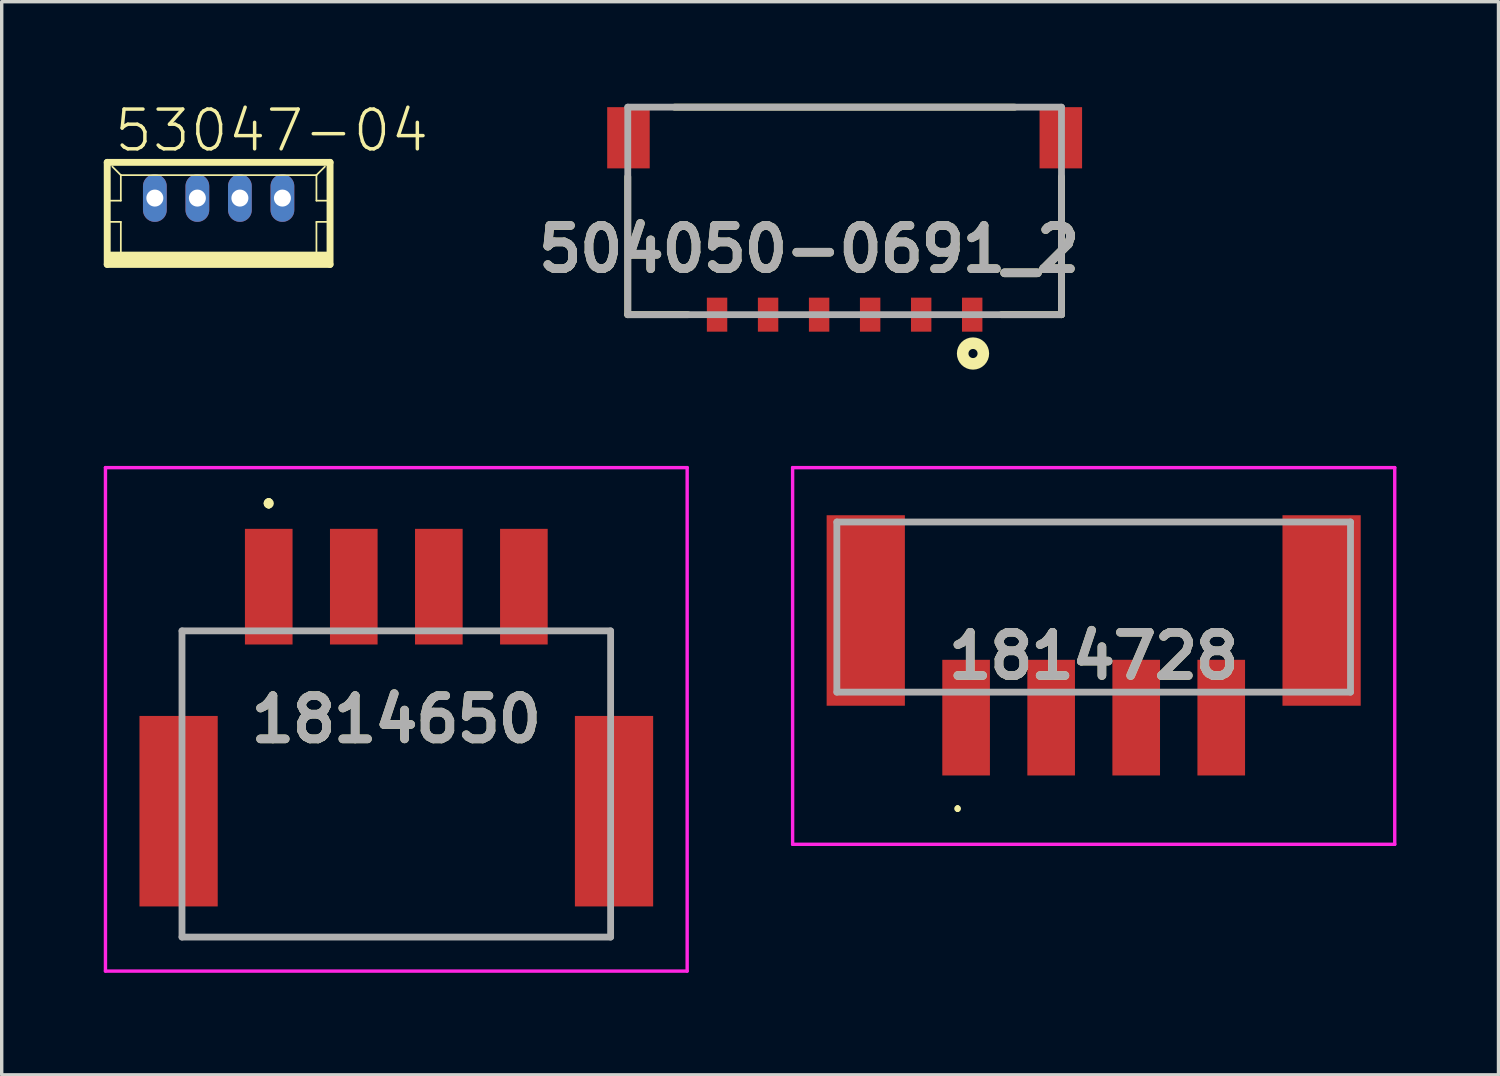
<source format=kicad_pcb>
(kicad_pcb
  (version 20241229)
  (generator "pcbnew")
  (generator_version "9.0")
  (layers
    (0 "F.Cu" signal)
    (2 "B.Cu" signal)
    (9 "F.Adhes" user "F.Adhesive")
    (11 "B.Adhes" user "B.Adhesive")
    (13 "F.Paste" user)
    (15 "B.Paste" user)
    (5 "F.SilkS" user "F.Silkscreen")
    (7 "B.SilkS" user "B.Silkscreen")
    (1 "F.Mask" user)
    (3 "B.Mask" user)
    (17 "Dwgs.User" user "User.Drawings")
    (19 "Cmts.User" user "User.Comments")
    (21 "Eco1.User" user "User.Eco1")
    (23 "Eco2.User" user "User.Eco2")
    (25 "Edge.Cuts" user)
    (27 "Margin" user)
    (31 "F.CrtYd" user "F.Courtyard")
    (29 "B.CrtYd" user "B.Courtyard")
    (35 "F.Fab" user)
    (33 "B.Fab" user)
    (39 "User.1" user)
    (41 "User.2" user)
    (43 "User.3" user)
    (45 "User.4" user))
  (footprint "1814650"
    (layer "F.Cu")
    (at 8.6 19.996)
    (property "Reference" "1814650" (at 0 -1.9 0) (layer "F.SilkS") (effects (font (size 1.27 1.27) (thickness 0.254))))
    (attr smd)
    (fp_line (start -6.3 -4.5) (end -6.3 -4.5) (stroke (width 0.1) (type solid)) (layer "F.SilkS"))
    (fp_line (start -6.3 -4.5) (end -6.3 -4.5) (stroke (width 0.1) (type solid)) (layer "F.SilkS"))
    (fp_line (start -6.3 -4.5) (end -6.3 -2.5) (stroke (width 0.1) (type solid)) (layer "F.SilkS"))
    (fp_line (start -6.3 -4.5) (end -5 -4.5) (stroke (width 0.1) (type solid)) (layer "F.SilkS"))
    (fp_line (start -6.3 -2.5) (end -6.3 -4.5) (stroke (width 0.1) (type solid)) (layer "F.SilkS"))
    (fp_line (start -6.3 -2.5) (end -6.3 -2.5) (stroke (width 0.1) (type solid)) (layer "F.SilkS"))
    (fp_line (start -6.3 4.25) (end -6.3 4.25) (stroke (width 0.1) (type solid)) (layer "F.SilkS"))
    (fp_line (start -6.3 4.25) (end -6.3 4.5) (stroke (width 0.1) (type solid)) (layer "F.SilkS"))
    (fp_line (start -6.3 4.5) (end -6.3 4.25) (stroke (width 0.1) (type solid)) (layer "F.SilkS"))
    (fp_line (start -6.3 4.5) (end -6.3 4.5) (stroke (width 0.1) (type solid)) (layer "F.SilkS"))
    (fp_line (start -6.3 4.5) (end -6.3 4.5) (stroke (width 0.1) (type solid)) (layer "F.SilkS"))
    (fp_line (start -6.3 4.5) (end 6.3 4.5) (stroke (width 0.1) (type solid)) (layer "F.SilkS"))
    (fp_line (start -5 -4.5) (end -6.3 -4.5) (stroke (width 0.1) (type solid)) (layer "F.SilkS"))
    (fp_line (start -5 -4.5) (end -5 -4.5) (stroke (width 0.1) (type solid)) (layer "F.SilkS"))
    (fp_line (start -3.75 -8.3) (end -3.75 -8.3) (stroke (width 0.2) (type solid)) (layer "F.SilkS"))
    (fp_line (start -3.75 -8.3) (end -3.75 -8.3) (stroke (width 0.2) (type solid)) (layer "F.SilkS"))
    (fp_line (start -3.75 -8.2) (end -3.75 -8.2) (stroke (width 0.2) (type solid)) (layer "F.SilkS"))
    (fp_line (start 5 -4.5) (end 5 -4.5) (stroke (width 0.1) (type solid)) (layer "F.SilkS"))
    (fp_line (start 5 -4.5) (end 6.3 -4.5) (stroke (width 0.1) (type solid)) (layer "F.SilkS"))
    (fp_line (start 6.3 -4.5) (end 5 -4.5) (stroke (width 0.1) (type solid)) (layer "F.SilkS"))
    (fp_line (start 6.3 -4.5) (end 6.3 -4.5) (stroke (width 0.1) (type solid)) (layer "F.SilkS"))
    (fp_line (start 6.3 -4.5) (end 6.3 -4.5) (stroke (width 0.1) (type solid)) (layer "F.SilkS"))
    (fp_line (start 6.3 -4.5) (end 6.3 -2.5) (stroke (width 0.1) (type solid)) (layer "F.SilkS"))
    (fp_line (start 6.3 -2.5) (end 6.3 -4.5) (stroke (width 0.1) (type solid)) (layer "F.SilkS"))
    (fp_line (start 6.3 -2.5) (end 6.3 -2.5) (stroke (width 0.1) (type solid)) (layer "F.SilkS"))
    (fp_line (start 6.3 4.25) (end 6.3 4.25) (stroke (width 0.1) (type solid)) (layer "F.SilkS"))
    (fp_line (start 6.3 4.25) (end 6.3 4.5) (stroke (width 0.1) (type solid)) (layer "F.SilkS"))
    (fp_line (start 6.3 4.5) (end -6.3 4.5) (stroke (width 0.1) (type solid)) (layer "F.SilkS"))
    (fp_line (start 6.3 4.5) (end 6.3 4.25) (stroke (width 0.1) (type solid)) (layer "F.SilkS"))
    (fp_line (start 6.3 4.5) (end 6.3 4.5) (stroke (width 0.1) (type solid)) (layer "F.SilkS"))
    (fp_line (start 6.3 4.5) (end 6.3 4.5) (stroke (width 0.1) (type solid)) (layer "F.SilkS"))
    (fp_arc (start -3.75 -8.3) (mid -3.7 -8.25) (end -3.75 -8.2) (stroke (width 0.2) (type solid)) (layer "F.SilkS"))
    (fp_arc (start -3.75 -8.2) (mid -3.8 -8.25) (end -3.75 -8.3) (stroke (width 0.2) (type solid)) (layer "F.SilkS"))
    (fp_arc (start -3.75 -8.2) (mid -3.8 -8.25) (end -3.75 -8.3) (stroke (width 0.2) (type solid)) (layer "F.SilkS"))
    (fp_line (start -8.55 -9.3) (end 8.55 -9.3) (stroke (width 0.1) (type solid)) (layer "F.CrtYd"))
    (fp_line (start -8.55 5.5) (end -8.55 -9.3) (stroke (width 0.1) (type solid)) (layer "F.CrtYd"))
    (fp_line (start 8.55 -9.3) (end 8.55 5.5) (stroke (width 0.1) (type solid)) (layer "F.CrtYd"))
    (fp_line (start 8.55 5.5) (end -8.55 5.5) (stroke (width 0.1) (type solid)) (layer "F.CrtYd"))
    (fp_line (start -6.3 -4.5) (end -6.3 4.5) (stroke (width 0.2) (type solid)) (layer "F.Fab"))
    (fp_line (start -6.3 4.5) (end 6.3 4.5) (stroke (width 0.2) (type solid)) (layer "F.Fab"))
    (fp_line (start 6.3 -4.5) (end -6.3 -4.5) (stroke (width 0.2) (type solid)) (layer "F.Fab"))
    (fp_line (start 6.3 4.5) (end 6.3 -4.5) (stroke (width 0.2) (type solid)) (layer "F.Fab"))
    (fp_text user "${REFERENCE}" (at 0 -1.9 0) (layer "F.Fab") (effects (font (size 1.27 1.27) (thickness 0.254))))
    (pad "1" smd rect (at -3.75 -5.8) (size 1.4 3.4) (layers "F.Cu" "F.Mask" "F.Paste"))
    (pad "2" smd rect (at -1.25 -5.8) (size 1.4 3.4) (layers "F.Cu" "F.Mask" "F.Paste"))
    (pad "3" smd rect (at 1.25 -5.8) (size 1.4 3.4) (layers "F.Cu" "F.Mask" "F.Paste"))
    (pad "4" smd rect (at 3.75 -5.8) (size 1.4 3.4) (layers "F.Cu" "F.Mask" "F.Paste"))
    (pad "MP1" smd rect (at -6.4 0.8) (size 2.3 5.6) (layers "F.Cu" "F.Mask" "F.Paste"))
    (pad "MP2" smd rect (at 6.4 0.8) (size 2.3 5.6) (layers "F.Cu" "F.Mask" "F.Paste")))
  (footprint "1814728"
    (layer "F.Cu")
    (at 29.1 16.233)
    (property "Reference" "1814728" (at 0 0 0) (layer "F.SilkS") (effects (font (size 1.27 1.27) (thickness 0.254))))
    (attr smd)
    (fp_line (start -5 -3.938) (end 5 -3.938) (stroke (width 0.1) (type solid)) (layer "F.SilkS"))
    (fp_line (start -4 4.438) (end -4 4.438) (stroke (width 0.1) (type solid)) (layer "F.SilkS"))
    (fp_line (start -4 4.537) (end -4 4.537) (stroke (width 0.1) (type solid)) (layer "F.SilkS"))
    (fp_arc (start -4 4.438) (mid -3.9505 4.4875) (end -4 4.537) (stroke (width 0.1) (type solid)) (layer "F.SilkS"))
    (fp_arc (start -4 4.537) (mid -4.0495 4.4875) (end -4 4.438) (stroke (width 0.1) (type solid)) (layer "F.SilkS"))
    (fp_line (start -8.85 -5.537) (end 8.85 -5.537) (stroke (width 0.1) (type solid)) (layer "F.CrtYd"))
    (fp_line (start -8.85 5.537) (end -8.85 -5.537) (stroke (width 0.1) (type solid)) (layer "F.CrtYd"))
    (fp_line (start 8.85 -5.537) (end 8.85 5.537) (stroke (width 0.1) (type solid)) (layer "F.CrtYd"))
    (fp_line (start 8.85 5.537) (end -8.85 5.537) (stroke (width 0.1) (type solid)) (layer "F.CrtYd"))
    (fp_line (start -7.55 -3.938) (end 7.55 -3.938) (stroke (width 0.2) (type solid)) (layer "F.Fab"))
    (fp_line (start -7.55 1.063) (end -7.55 -3.938) (stroke (width 0.2) (type solid)) (layer "F.Fab"))
    (fp_line (start 7.55 -3.938) (end 7.55 1.063) (stroke (width 0.2) (type solid)) (layer "F.Fab"))
    (fp_line (start 7.55 1.063) (end -7.55 1.063) (stroke (width 0.2) (type solid)) (layer "F.Fab"))
    (fp_text user "${REFERENCE}" (at 0 0 0) (layer "F.Fab") (effects (font (size 1.27 1.27) (thickness 0.254))))
    (pad "1" smd rect (at -3.75 1.813) (size 1.4 3.4) (layers "F.Cu" "F.Mask" "F.Paste"))
    (pad "2" smd rect (at -1.25 1.813) (size 1.4 3.4) (layers "F.Cu" "F.Mask" "F.Paste"))
    (pad "3" smd rect (at 1.25 1.813) (size 1.4 3.4) (layers "F.Cu" "F.Mask" "F.Paste"))
    (pad "4" smd rect (at 3.75 1.813) (size 1.4 3.4) (layers "F.Cu" "F.Mask" "F.Paste"))
    (pad "MP1" smd rect (at -6.7 -1.337) (size 2.3 5.6) (layers "F.Cu" "F.Mask" "F.Paste"))
    (pad "MP2" smd rect (at 6.7 -1.337) (size 2.3 5.6) (layers "F.Cu" "F.Mask" "F.Paste")))
  (footprint "53047-04"
    (layer "F.Cu")
    (at 3.377 3.223)
    (property "Reference" "53047-04" (at -3.125 -1.75 0) (layer "F.SilkS") (effects (font (size 1.168 1.168) (thickness 0.102)) (justify left bottom)))
    (fp_line (start -3.275 -1.5) (end -3.275 1.5) (stroke (width 0.203) (type solid)) (layer "F.SilkS"))
    (fp_line (start -3.275 1.5) (end 3.275 1.5) (stroke (width 0.203) (type solid)) (layer "F.SilkS"))
    (fp_line (start -3.25 -0.375) (end -2.875 -0.375) (stroke (width 0.051) (type solid)) (layer "F.SilkS"))
    (fp_line (start -3.25 0.25) (end -2.875 0.25) (stroke (width 0.051) (type solid)) (layer "F.SilkS"))
    (fp_line (start -2.875 -1.125) (end -3.125 -1.375) (stroke (width 0.051) (type solid)) (layer "F.SilkS"))
    (fp_line (start -2.875 -1.125) (end 2.875 -1.125) (stroke (width 0.051) (type solid)) (layer "F.SilkS"))
    (fp_line (start -2.875 -0.375) (end -2.875 -1.125) (stroke (width 0.051) (type solid)) (layer "F.SilkS"))
    (fp_line (start -2.875 0.25) (end -2.875 1.25) (stroke (width 0.051) (type solid)) (layer "F.SilkS"))
    (fp_line (start 2.875 -1.125) (end 2.875 -0.375) (stroke (width 0.051) (type solid)) (layer "F.SilkS"))
    (fp_line (start 2.875 -1.125) (end 3.125 -1.375) (stroke (width 0.051) (type solid)) (layer "F.SilkS"))
    (fp_line (start 2.875 -0.375) (end 3.25 -0.375) (stroke (width 0.051) (type solid)) (layer "F.SilkS"))
    (fp_line (start 2.875 0.25) (end 2.875 1.25) (stroke (width 0.051) (type solid)) (layer "F.SilkS"))
    (fp_line (start 2.875 0.25) (end 3.25 0.25) (stroke (width 0.051) (type solid)) (layer "F.SilkS"))
    (fp_line (start 3.275 -1.5) (end -3.275 -1.5) (stroke (width 0.203) (type solid)) (layer "F.SilkS"))
    (fp_line (start 3.275 1.5) (end 3.275 -1.5) (stroke (width 0.203) (type solid)) (layer "F.SilkS"))
    (fp_poly (pts (xy -3.25 1.5) (xy 3.25 1.5) (xy 3.25 1.125) (xy -3.25 1.125)) (stroke (width 0) (type default)) (fill yes) (layer "F.SilkS"))
    (pad "1" thru_hole oval (at 1.875 -0.45 90) (size 1.397 0.698) (drill 0.5) (layers "*.Cu" "*.Mask"))
    (pad "2" thru_hole oval (at 0.625 -0.45 90) (size 1.397 0.698) (drill 0.5) (layers "*.Cu" "*.Mask"))
    (pad "3" thru_hole oval (at -0.625 -0.45 90) (size 1.397 0.698) (drill 0.5) (layers "*.Cu" "*.Mask"))
    (pad "4" thru_hole oval (at -1.875 -0.45 90) (size 1.397 0.698) (drill 0.5) (layers "*.Cu" "*.Mask")))
  (footprint "504050-0691_2"
    (layer "F.Cu")
    (at 21.779 6.2)
    (property "Reference" "504050-0691_2" (at -1.044 -1.926 0) (layer "F.SilkS") (effects (font (size 1.27 1.27) (thickness 0.254))))
    (attr smd)
    (fp_line (start -6.375 0) (end -6.375 -4.054) (stroke (width 0.2) (type solid)) (layer "F.SilkS"))
    (fp_line (start -6.375 0) (end -4.609 0) (stroke (width 0.2) (type solid)) (layer "F.SilkS"))
    (fp_line (start -5 -6.1) (end 5 -6.1) (stroke (width 0.2) (type solid)) (layer "F.SilkS"))
    (fp_line (start 6.375 0) (end 4.609 0) (stroke (width 0.2) (type solid)) (layer "F.SilkS"))
    (fp_line (start 6.375 0) (end 6.375 -4.054) (stroke (width 0.2) (type solid)) (layer "F.SilkS"))
    (fp_circle (center 3.774 1.142) (end 3.774 1.276) (stroke (width 0.34) (type solid)) (fill no) (layer "F.SilkS"))
    (fp_line (start -6.375 -6.1) (end 6.375 -6.1) (stroke (width 0.2) (type solid)) (layer "F.Fab"))
    (fp_line (start -6.375 0) (end -6.375 -6.1) (stroke (width 0.2) (type solid)) (layer "F.Fab"))
    (fp_line (start 6.375 -6.1) (end 6.375 0) (stroke (width 0.2) (type solid)) (layer "F.Fab"))
    (fp_line (start 6.375 0) (end -6.375 0) (stroke (width 0.2) (type solid)) (layer "F.Fab"))
    (fp_text user "${REFERENCE}" (at -1.044 -1.926 0) (layer "F.Fab") (effects (font (size 1.27 1.27) (thickness 0.254))))
    (pad "1" smd rect (at 3.75 0) (size 0.6 1) (layers "F.Cu" "F.Mask" "F.Paste"))
    (pad "2" smd rect (at 2.25 0) (size 0.6 1) (layers "F.Cu" "F.Mask" "F.Paste"))
    (pad "3" smd rect (at 0.75 0) (size 0.6 1) (layers "F.Cu" "F.Mask" "F.Paste"))
    (pad "4" smd rect (at -0.75 0) (size 0.6 1) (layers "F.Cu" "F.Mask" "F.Paste"))
    (pad "5" smd rect (at -2.25 0) (size 0.6 1) (layers "F.Cu" "F.Mask" "F.Paste"))
    (pad "6" smd rect (at -3.75 0) (size 0.6 1) (layers "F.Cu" "F.Mask" "F.Paste"))
    (pad "7" smd rect (at -6.355 -5.2) (size 1.25 1.8) (layers "F.Cu" "F.Mask" "F.Paste"))
    (pad "8" smd rect (at 6.355 -5.2) (size 1.25 1.8) (layers "F.Cu" "F.Mask" "F.Paste")))
  (gr_rect
    (start -3 -3)
    (end 41 28.546)
    (stroke (width 0.1) (type default))
    (fill no)
    (layer "Edge.Cuts")))
</source>
